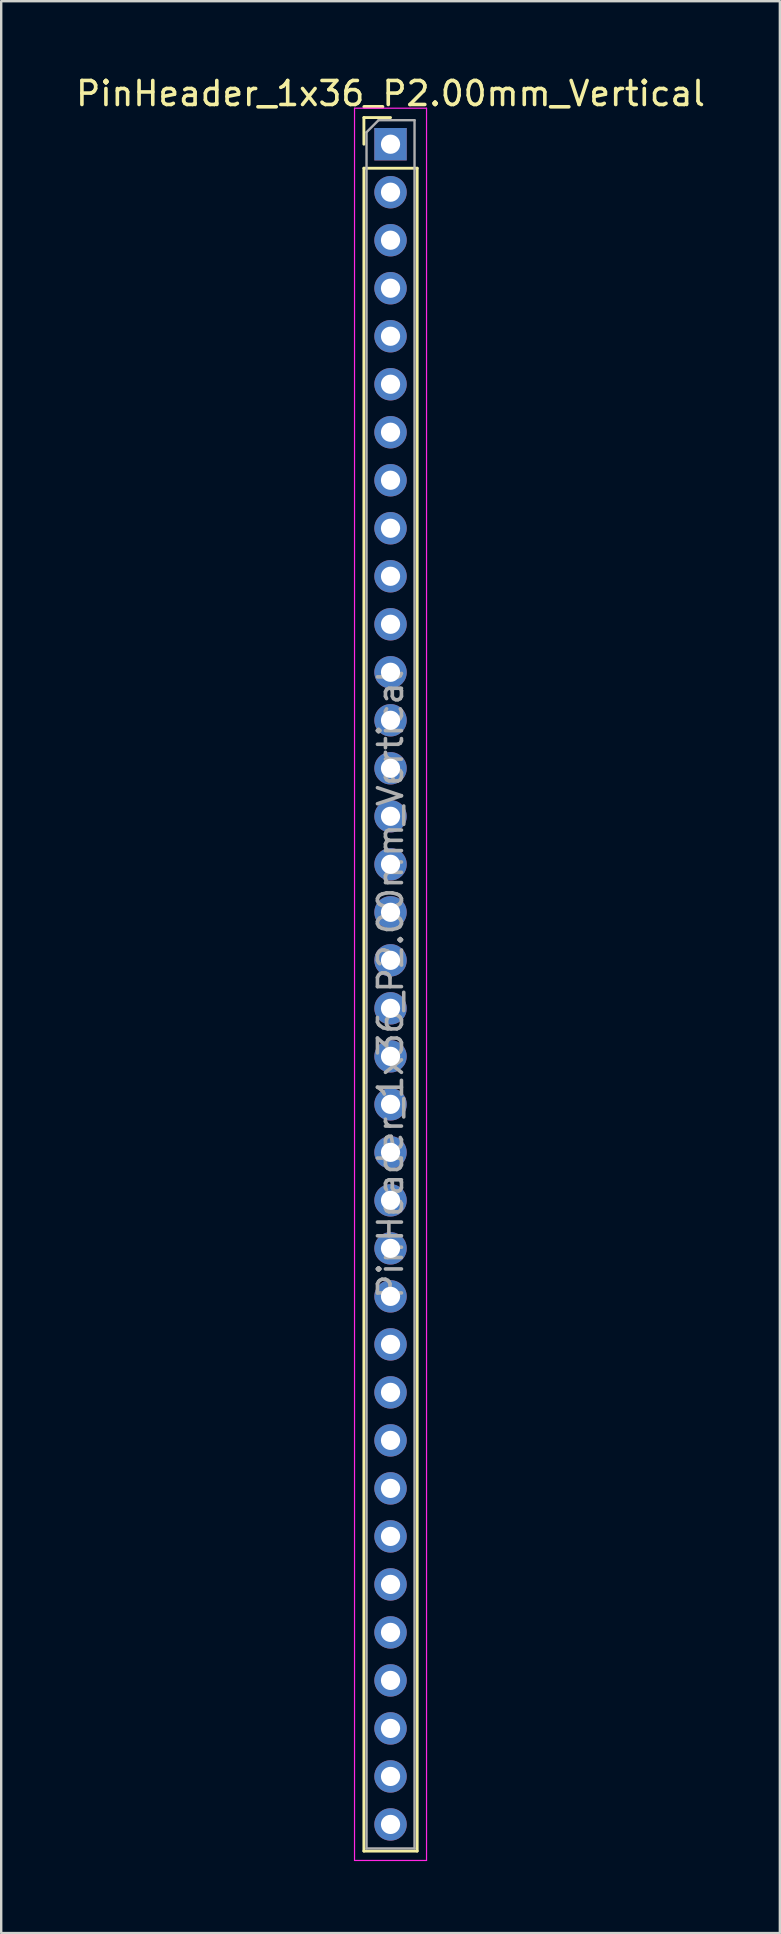
<source format=kicad_pcb>
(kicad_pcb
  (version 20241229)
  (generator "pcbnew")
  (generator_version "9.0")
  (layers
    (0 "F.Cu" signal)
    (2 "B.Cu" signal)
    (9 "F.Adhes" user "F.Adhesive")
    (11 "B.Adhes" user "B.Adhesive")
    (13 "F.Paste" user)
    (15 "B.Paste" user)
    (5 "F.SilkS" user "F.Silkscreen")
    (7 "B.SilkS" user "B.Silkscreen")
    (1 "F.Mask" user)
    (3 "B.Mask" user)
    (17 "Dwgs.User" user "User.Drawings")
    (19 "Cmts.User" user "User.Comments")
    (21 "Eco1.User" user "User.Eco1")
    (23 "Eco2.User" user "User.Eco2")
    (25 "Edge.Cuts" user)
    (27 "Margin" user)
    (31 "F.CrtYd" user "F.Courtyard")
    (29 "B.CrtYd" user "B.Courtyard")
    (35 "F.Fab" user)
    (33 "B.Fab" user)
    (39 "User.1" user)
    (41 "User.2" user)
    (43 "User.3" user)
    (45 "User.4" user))
  (footprint "PinHeader_1x36_P2.00mm_Vertical"
    (layer "F.Cu")
    (at 13.22 2.958)
    (property "Reference" "PinHeader_1x36_P2.00mm_Vertical" (at 0 -2.11 0) (layer "F.SilkS") (effects (font (size 1 1) (thickness 0.15))))
    (attr through_hole)
    (fp_line (start -1.11 -1.11) (end 0 -1.11) (stroke (width 0.12) (type solid)) (layer "F.SilkS"))
    (fp_line (start -1.11 0) (end -1.11 -1.11) (stroke (width 0.12) (type solid)) (layer "F.SilkS"))
    (fp_line (start -1.11 1) (end -1.11 71.11) (stroke (width 0.12) (type solid)) (layer "F.SilkS"))
    (fp_line (start -1.11 1) (end 1.11 1) (stroke (width 0.12) (type solid)) (layer "F.SilkS"))
    (fp_line (start -1.11 71.11) (end 1.11 71.11) (stroke (width 0.12) (type solid)) (layer "F.SilkS"))
    (fp_line (start 1.11 1) (end 1.11 71.11) (stroke (width 0.12) (type solid)) (layer "F.SilkS"))
    (fp_line (start -1.5 -1.5) (end -1.5 71.5) (stroke (width 0.05) (type solid)) (layer "F.CrtYd"))
    (fp_line (start -1.5 71.5) (end 1.5 71.5) (stroke (width 0.05) (type solid)) (layer "F.CrtYd"))
    (fp_line (start 1.5 -1.5) (end -1.5 -1.5) (stroke (width 0.05) (type solid)) (layer "F.CrtYd"))
    (fp_line (start 1.5 71.5) (end 1.5 -1.5) (stroke (width 0.05) (type solid)) (layer "F.CrtYd"))
    (fp_line (start -1 -0.5) (end -0.5 -1) (stroke (width 0.1) (type solid)) (layer "F.Fab"))
    (fp_line (start -1 71) (end -1 -0.5) (stroke (width 0.1) (type solid)) (layer "F.Fab"))
    (fp_line (start -0.5 -1) (end 1 -1) (stroke (width 0.1) (type solid)) (layer "F.Fab"))
    (fp_line (start 1 -1) (end 1 71) (stroke (width 0.1) (type solid)) (layer "F.Fab"))
    (fp_line (start 1 71) (end -1 71) (stroke (width 0.1) (type solid)) (layer "F.Fab"))
    (fp_text user "${REFERENCE}" (at 0 35 90) (layer "F.Fab") (effects (font (size 1 1) (thickness 0.15))))
    (pad "1" thru_hole rect (at 0 0) (size 1.35 1.35) (drill 0.8) (layers "*.Cu" "*.Mask"))
    (pad "2" thru_hole circle (at 0 2) (size 1.35 1.35) (drill 0.8) (layers "*.Cu" "*.Mask"))
    (pad "3" thru_hole circle (at 0 4) (size 1.35 1.35) (drill 0.8) (layers "*.Cu" "*.Mask"))
    (pad "4" thru_hole circle (at 0 6) (size 1.35 1.35) (drill 0.8) (layers "*.Cu" "*.Mask"))
    (pad "5" thru_hole circle (at 0 8) (size 1.35 1.35) (drill 0.8) (layers "*.Cu" "*.Mask"))
    (pad "6" thru_hole circle (at 0 10) (size 1.35 1.35) (drill 0.8) (layers "*.Cu" "*.Mask"))
    (pad "7" thru_hole circle (at 0 12) (size 1.35 1.35) (drill 0.8) (layers "*.Cu" "*.Mask"))
    (pad "8" thru_hole circle (at 0 14) (size 1.35 1.35) (drill 0.8) (layers "*.Cu" "*.Mask"))
    (pad "9" thru_hole circle (at 0 16) (size 1.35 1.35) (drill 0.8) (layers "*.Cu" "*.Mask"))
    (pad "10" thru_hole circle (at 0 18) (size 1.35 1.35) (drill 0.8) (layers "*.Cu" "*.Mask"))
    (pad "11" thru_hole circle (at 0 20) (size 1.35 1.35) (drill 0.8) (layers "*.Cu" "*.Mask"))
    (pad "12" thru_hole circle (at 0 22) (size 1.35 1.35) (drill 0.8) (layers "*.Cu" "*.Mask"))
    (pad "13" thru_hole circle (at 0 24) (size 1.35 1.35) (drill 0.8) (layers "*.Cu" "*.Mask"))
    (pad "14" thru_hole circle (at 0 26) (size 1.35 1.35) (drill 0.8) (layers "*.Cu" "*.Mask"))
    (pad "15" thru_hole circle (at 0 28) (size 1.35 1.35) (drill 0.8) (layers "*.Cu" "*.Mask"))
    (pad "16" thru_hole circle (at 0 30) (size 1.35 1.35) (drill 0.8) (layers "*.Cu" "*.Mask"))
    (pad "17" thru_hole circle (at 0 32) (size 1.35 1.35) (drill 0.8) (layers "*.Cu" "*.Mask"))
    (pad "18" thru_hole circle (at 0 34) (size 1.35 1.35) (drill 0.8) (layers "*.Cu" "*.Mask"))
    (pad "19" thru_hole circle (at 0 36) (size 1.35 1.35) (drill 0.8) (layers "*.Cu" "*.Mask"))
    (pad "20" thru_hole circle (at 0 38) (size 1.35 1.35) (drill 0.8) (layers "*.Cu" "*.Mask"))
    (pad "21" thru_hole circle (at 0 40) (size 1.35 1.35) (drill 0.8) (layers "*.Cu" "*.Mask"))
    (pad "22" thru_hole circle (at 0 42) (size 1.35 1.35) (drill 0.8) (layers "*.Cu" "*.Mask"))
    (pad "23" thru_hole circle (at 0 44) (size 1.35 1.35) (drill 0.8) (layers "*.Cu" "*.Mask"))
    (pad "24" thru_hole circle (at 0 46) (size 1.35 1.35) (drill 0.8) (layers "*.Cu" "*.Mask"))
    (pad "25" thru_hole circle (at 0 48) (size 1.35 1.35) (drill 0.8) (layers "*.Cu" "*.Mask"))
    (pad "26" thru_hole circle (at 0 50) (size 1.35 1.35) (drill 0.8) (layers "*.Cu" "*.Mask"))
    (pad "27" thru_hole circle (at 0 52) (size 1.35 1.35) (drill 0.8) (layers "*.Cu" "*.Mask"))
    (pad "28" thru_hole circle (at 0 54) (size 1.35 1.35) (drill 0.8) (layers "*.Cu" "*.Mask"))
    (pad "29" thru_hole circle (at 0 56) (size 1.35 1.35) (drill 0.8) (layers "*.Cu" "*.Mask"))
    (pad "30" thru_hole circle (at 0 58) (size 1.35 1.35) (drill 0.8) (layers "*.Cu" "*.Mask"))
    (pad "31" thru_hole circle (at 0 60) (size 1.35 1.35) (drill 0.8) (layers "*.Cu" "*.Mask"))
    (pad "32" thru_hole circle (at 0 62) (size 1.35 1.35) (drill 0.8) (layers "*.Cu" "*.Mask"))
    (pad "33" thru_hole circle (at 0 64) (size 1.35 1.35) (drill 0.8) (layers "*.Cu" "*.Mask"))
    (pad "34" thru_hole circle (at 0 66) (size 1.35 1.35) (drill 0.8) (layers "*.Cu" "*.Mask"))
    (pad "35" thru_hole circle (at 0 68) (size 1.35 1.35) (drill 0.8) (layers "*.Cu" "*.Mask"))
    (pad "36" thru_hole circle (at 0 70) (size 1.35 1.35) (drill 0.8) (layers "*.Cu" "*.Mask")))
  (gr_rect
    (start -3 -3)
    (end 29.44 77.483)
    (stroke (width 0.1) (type default))
    (fill no)
    (layer "Edge.Cuts")))
</source>
